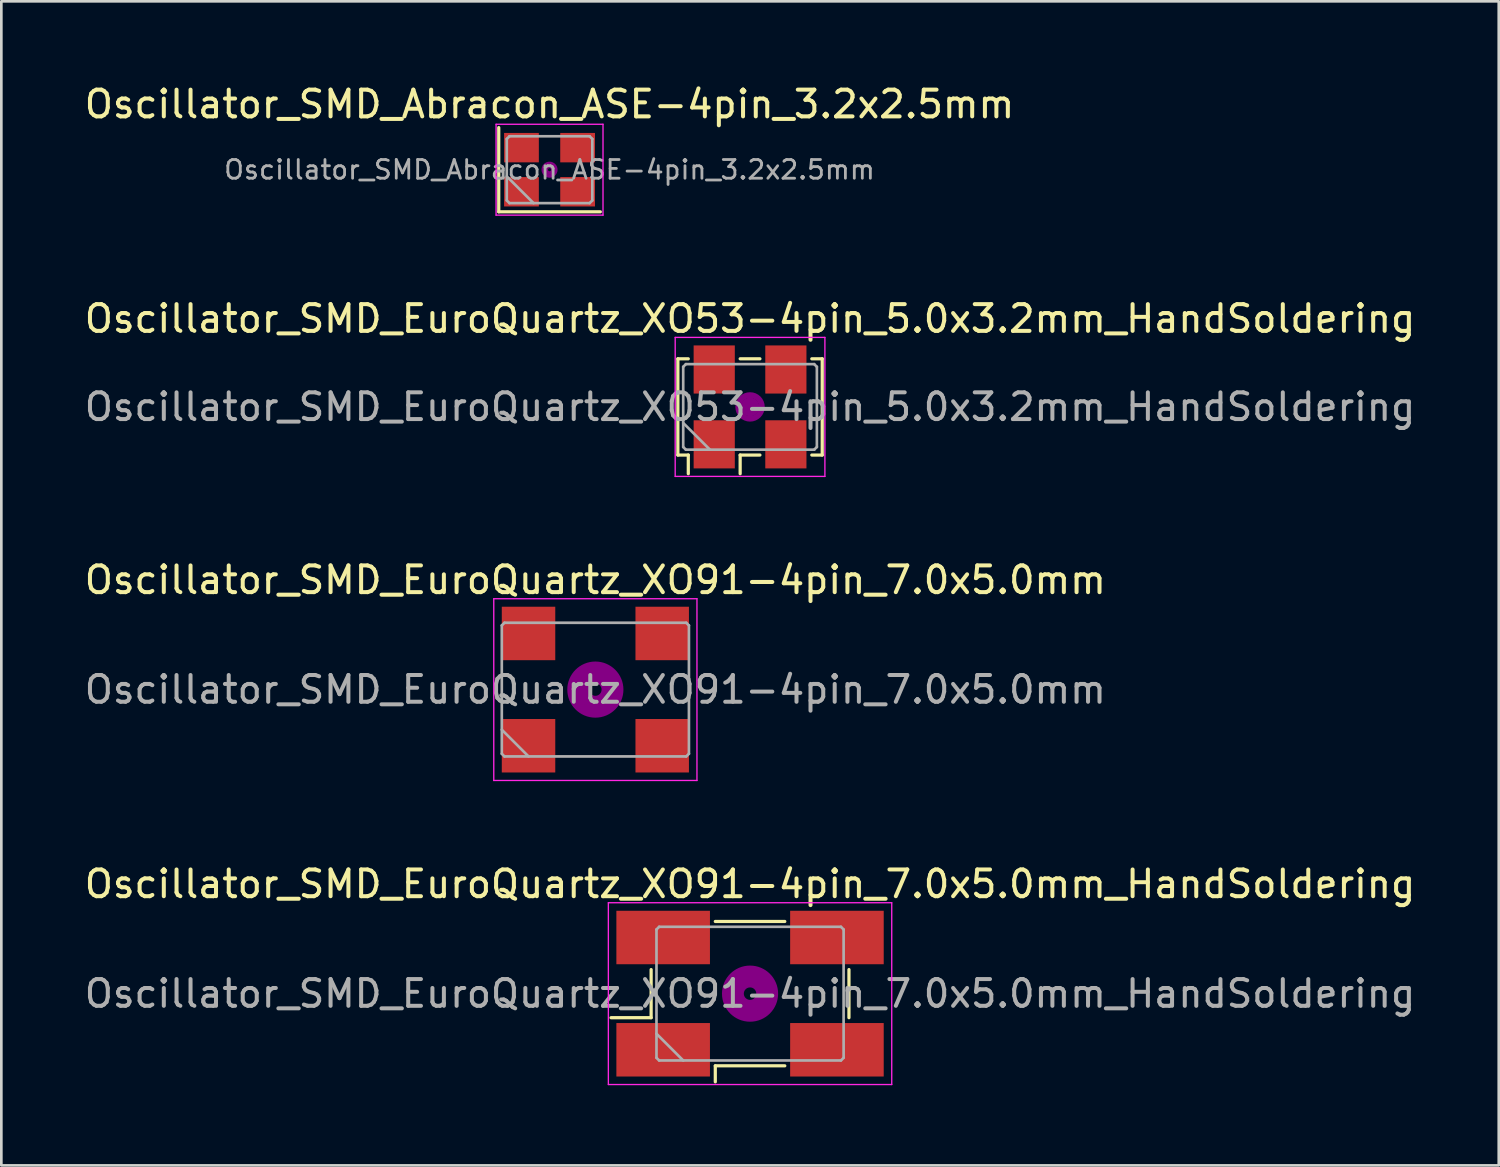
<source format=kicad_pcb>
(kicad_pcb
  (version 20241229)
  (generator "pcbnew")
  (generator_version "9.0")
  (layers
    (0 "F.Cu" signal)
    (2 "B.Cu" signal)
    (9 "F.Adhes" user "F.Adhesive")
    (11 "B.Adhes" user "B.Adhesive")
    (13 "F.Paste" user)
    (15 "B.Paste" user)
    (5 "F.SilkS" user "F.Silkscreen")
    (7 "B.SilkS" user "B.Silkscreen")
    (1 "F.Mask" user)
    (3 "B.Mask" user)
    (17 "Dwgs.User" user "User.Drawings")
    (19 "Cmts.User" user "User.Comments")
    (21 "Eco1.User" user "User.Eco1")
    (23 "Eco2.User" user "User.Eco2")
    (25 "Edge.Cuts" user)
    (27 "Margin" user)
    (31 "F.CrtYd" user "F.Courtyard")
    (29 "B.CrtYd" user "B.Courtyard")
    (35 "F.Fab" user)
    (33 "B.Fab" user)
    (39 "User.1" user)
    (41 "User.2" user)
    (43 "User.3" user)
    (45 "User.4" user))
  (footprint "Oscillator_SMD_Abracon_ASE-4pin_3.2x2.5mm"
    (layer "F.Cu")
    (at 17.506 3.298)
    (property "Reference" "Oscillator_SMD_Abracon_ASE-4pin_3.2x2.5mm" (at 0 -2.45 0) (layer "F.SilkS") (effects (font (size 1 1) (thickness 0.15))))
    (attr smd)
    (fp_line (start -1.9 -1.575) (end -1.9 1.575) (stroke (width 0.12) (type solid)) (layer "F.SilkS"))
    (fp_line (start -1.9 1.575) (end 1.9 1.575) (stroke (width 0.12) (type solid)) (layer "F.SilkS"))
    (fp_circle (center 0 0) (end 0.058 0) (stroke (width 0.117) (type solid)) (fill no) (layer "F.Adhes"))
    (fp_circle (center 0 0) (end 0.133 0) (stroke (width 0.083) (type solid)) (fill no) (layer "F.Adhes"))
    (fp_circle (center 0 0) (end 0.208 0) (stroke (width 0.083) (type solid)) (fill no) (layer "F.Adhes"))
    (fp_circle (center 0 0) (end 0.25 0) (stroke (width 0.1) (type solid)) (fill no) (layer "F.Adhes"))
    (fp_line (start -2 -1.7) (end -2 1.7) (stroke (width 0.05) (type solid)) (layer "F.CrtYd"))
    (fp_line (start -2 1.7) (end 2 1.7) (stroke (width 0.05) (type solid)) (layer "F.CrtYd"))
    (fp_line (start 2 -1.7) (end -2 -1.7) (stroke (width 0.05) (type solid)) (layer "F.CrtYd"))
    (fp_line (start 2 1.7) (end 2 -1.7) (stroke (width 0.05) (type solid)) (layer "F.CrtYd"))
    (fp_line (start -1.6 -1.15) (end -1.5 -1.25) (stroke (width 0.1) (type solid)) (layer "F.Fab"))
    (fp_line (start -1.6 0.25) (end -0.6 1.25) (stroke (width 0.1) (type solid)) (layer "F.Fab"))
    (fp_line (start -1.6 1.15) (end -1.6 -1.15) (stroke (width 0.1) (type solid)) (layer "F.Fab"))
    (fp_line (start -1.5 -1.25) (end 1.5 -1.25) (stroke (width 0.1) (type solid)) (layer "F.Fab"))
    (fp_line (start -1.5 1.25) (end -1.6 1.15) (stroke (width 0.1) (type solid)) (layer "F.Fab"))
    (fp_line (start 1.5 -1.25) (end 1.6 -1.15) (stroke (width 0.1) (type solid)) (layer "F.Fab"))
    (fp_line (start 1.5 1.25) (end -1.5 1.25) (stroke (width 0.1) (type solid)) (layer "F.Fab"))
    (fp_line (start 1.6 -1.15) (end 1.6 1.15) (stroke (width 0.1) (type solid)) (layer "F.Fab"))
    (fp_line (start 1.6 1.15) (end 1.5 1.25) (stroke (width 0.1) (type solid)) (layer "F.Fab"))
    (fp_text user "${REFERENCE}" (at 0 0 0) (layer "F.Fab") (effects (font (size 0.7 0.7) (thickness 0.105))))
    (pad "1" smd rect (at -1.05 0.825) (size 1.3 1.1) (layers "F.Cu" "F.Mask" "F.Paste"))
    (pad "2" smd rect (at 1.05 0.825) (size 1.3 1.1) (layers "F.Cu" "F.Mask" "F.Paste"))
    (pad "3" smd rect (at 1.05 -0.825) (size 1.3 1.1) (layers "F.Cu" "F.Mask" "F.Paste"))
    (pad "4" smd rect (at -1.05 -0.825) (size 1.3 1.1) (layers "F.Cu" "F.Mask" "F.Paste")))
  (footprint "Oscillator_SMD_EuroQuartz_XO91-4pin_7.0x5.0mm"
    (layer "F.Cu")
    (at 19.22 22.745)
    (property "Reference" "Oscillator_SMD_EuroQuartz_XO91-4pin_7.0x5.0mm" (at 0 -4.1 0) (layer "F.SilkS") (effects (font (size 1 1) (thickness 0.15))))
    (attr smd)
    (fp_circle (center 0 0) (end 0.233 0) (stroke (width 0.467) (type solid)) (fill no) (layer "F.Adhes"))
    (fp_circle (center 0 0) (end 0.533 0) (stroke (width 0.333) (type solid)) (fill no) (layer "F.Adhes"))
    (fp_circle (center 0 0) (end 0.833 0) (stroke (width 0.333) (type solid)) (fill no) (layer "F.Adhes"))
    (fp_circle (center 0 0) (end 1 0) (stroke (width 0.1) (type solid)) (fill no) (layer "F.Adhes"))
    (fp_line (start -3.8 -3.4) (end -3.8 3.4) (stroke (width 0.05) (type solid)) (layer "F.CrtYd"))
    (fp_line (start -3.8 3.4) (end 3.8 3.4) (stroke (width 0.05) (type solid)) (layer "F.CrtYd"))
    (fp_line (start 3.8 -3.4) (end -3.8 -3.4) (stroke (width 0.05) (type solid)) (layer "F.CrtYd"))
    (fp_line (start 3.8 3.4) (end 3.8 -3.4) (stroke (width 0.05) (type solid)) (layer "F.CrtYd"))
    (fp_line (start -3.5 -2.4) (end -3.4 -2.5) (stroke (width 0.1) (type solid)) (layer "F.Fab"))
    (fp_line (start -3.5 1.5) (end -2.5 2.5) (stroke (width 0.1) (type solid)) (layer "F.Fab"))
    (fp_line (start -3.5 2.4) (end -3.5 -2.4) (stroke (width 0.1) (type solid)) (layer "F.Fab"))
    (fp_line (start -3.4 -2.5) (end 3.4 -2.5) (stroke (width 0.1) (type solid)) (layer "F.Fab"))
    (fp_line (start -3.4 2.5) (end -3.5 2.4) (stroke (width 0.1) (type solid)) (layer "F.Fab"))
    (fp_line (start 3.4 -2.5) (end 3.5 -2.4) (stroke (width 0.1) (type solid)) (layer "F.Fab"))
    (fp_line (start 3.4 2.5) (end -3.4 2.5) (stroke (width 0.1) (type solid)) (layer "F.Fab"))
    (fp_line (start 3.5 -2.4) (end 3.5 2.4) (stroke (width 0.1) (type solid)) (layer "F.Fab"))
    (fp_line (start 3.5 2.4) (end 3.4 2.5) (stroke (width 0.1) (type solid)) (layer "F.Fab"))
    (fp_text user "${REFERENCE}" (at 0 0 0) (layer "F.Fab") (effects (font (size 1 1) (thickness 0.15))))
    (pad "1" smd rect (at -2.5 2.1) (size 2 2) (layers "F.Cu" "F.Mask" "F.Paste"))
    (pad "2" smd rect (at 2.5 2.1) (size 2 2) (layers "F.Cu" "F.Mask" "F.Paste"))
    (pad "3" smd rect (at 2.5 -2.1) (size 2 2) (layers "F.Cu" "F.Mask" "F.Paste"))
    (pad "4" smd rect (at -2.5 -2.1) (size 2 2) (layers "F.Cu" "F.Mask" "F.Paste")))
  (footprint "Oscillator_SMD_EuroQuartz_XO91-4pin_7.0x5.0mm_HandSoldering"
    (layer "F.Cu")
    (at 25.006 34.118)
    (property "Reference" "Oscillator_SMD_EuroQuartz_XO91-4pin_7.0x5.0mm_HandSoldering" (at 0 -4.1 0) (layer "F.SilkS") (effects (font (size 1 1) (thickness 0.15))))
    (attr smd)
    (fp_line (start -5.2 0.9) (end -3.7 0.9) (stroke (width 0.12) (type solid)) (layer "F.SilkS"))
    (fp_line (start -3.7 0.9) (end -3.7 -0.9) (stroke (width 0.12) (type solid)) (layer "F.SilkS"))
    (fp_line (start -1.3 -2.7) (end 1.3 -2.7) (stroke (width 0.12) (type solid)) (layer "F.SilkS"))
    (fp_line (start -1.3 2.7) (end -1.3 3.3) (stroke (width 0.12) (type solid)) (layer "F.SilkS"))
    (fp_line (start 1.3 2.7) (end -1.3 2.7) (stroke (width 0.12) (type solid)) (layer "F.SilkS"))
    (fp_line (start 3.7 -0.9) (end 3.7 0.9) (stroke (width 0.12) (type solid)) (layer "F.SilkS"))
    (fp_circle (center 0 0) (end 0.233 0) (stroke (width 0.467) (type solid)) (fill no) (layer "F.Adhes"))
    (fp_circle (center 0 0) (end 0.533 0) (stroke (width 0.333) (type solid)) (fill no) (layer "F.Adhes"))
    (fp_circle (center 0 0) (end 0.833 0) (stroke (width 0.333) (type solid)) (fill no) (layer "F.Adhes"))
    (fp_circle (center 0 0) (end 1 0) (stroke (width 0.1) (type solid)) (fill no) (layer "F.Adhes"))
    (fp_line (start -5.3 -3.4) (end -5.3 3.4) (stroke (width 0.05) (type solid)) (layer "F.CrtYd"))
    (fp_line (start -5.3 3.4) (end 5.3 3.4) (stroke (width 0.05) (type solid)) (layer "F.CrtYd"))
    (fp_line (start 5.3 -3.4) (end -5.3 -3.4) (stroke (width 0.05) (type solid)) (layer "F.CrtYd"))
    (fp_line (start 5.3 3.4) (end 5.3 -3.4) (stroke (width 0.05) (type solid)) (layer "F.CrtYd"))
    (fp_line (start -3.5 -2.4) (end -3.4 -2.5) (stroke (width 0.1) (type solid)) (layer "F.Fab"))
    (fp_line (start -3.5 1.5) (end -2.5 2.5) (stroke (width 0.1) (type solid)) (layer "F.Fab"))
    (fp_line (start -3.5 2.4) (end -3.5 -2.4) (stroke (width 0.1) (type solid)) (layer "F.Fab"))
    (fp_line (start -3.4 -2.5) (end 3.4 -2.5) (stroke (width 0.1) (type solid)) (layer "F.Fab"))
    (fp_line (start -3.4 2.5) (end -3.5 2.4) (stroke (width 0.1) (type solid)) (layer "F.Fab"))
    (fp_line (start 3.4 -2.5) (end 3.5 -2.4) (stroke (width 0.1) (type solid)) (layer "F.Fab"))
    (fp_line (start 3.4 2.5) (end -3.4 2.5) (stroke (width 0.1) (type solid)) (layer "F.Fab"))
    (fp_line (start 3.5 -2.4) (end 3.5 2.4) (stroke (width 0.1) (type solid)) (layer "F.Fab"))
    (fp_line (start 3.5 2.4) (end 3.4 2.5) (stroke (width 0.1) (type solid)) (layer "F.Fab"))
    (fp_text user "${REFERENCE}" (at 0 0 0) (layer "F.Fab") (effects (font (size 1 1) (thickness 0.15))))
    (pad "1" smd rect (at -3.25 2.1) (size 3.5 2) (layers "F.Cu" "F.Mask" "F.Paste"))
    (pad "2" smd rect (at 3.25 2.1) (size 3.5 2) (layers "F.Cu" "F.Mask" "F.Paste"))
    (pad "3" smd rect (at 3.25 -2.1) (size 3.5 2) (layers "F.Cu" "F.Mask" "F.Paste"))
    (pad "4" smd rect (at -3.25 -2.1) (size 3.5 2) (layers "F.Cu" "F.Mask" "F.Paste")))
  (footprint "Oscillator_SMD_EuroQuartz_XO53-4pin_5.0x3.2mm_HandSoldering"
    (layer "F.Cu")
    (at 25.006 12.171)
    (property "Reference" "Oscillator_SMD_EuroQuartz_XO53-4pin_5.0x3.2mm_HandSoldering" (at 0 -3.3 0) (layer "F.SilkS") (effects (font (size 1 1) (thickness 0.15))))
    (attr smd)
    (fp_line (start -2.7 -1.8) (end -2.31 -1.8) (stroke (width 0.12) (type solid)) (layer "F.SilkS"))
    (fp_line (start -2.7 1.8) (end -2.7 -1.8) (stroke (width 0.12) (type solid)) (layer "F.SilkS"))
    (fp_line (start -2.31 1.8) (end -2.7 1.8) (stroke (width 0.12) (type solid)) (layer "F.SilkS"))
    (fp_line (start -2.31 2.5) (end -2.31 1.8) (stroke (width 0.12) (type solid)) (layer "F.SilkS"))
    (fp_line (start -0.37 -1.8) (end 0.37 -1.8) (stroke (width 0.12) (type solid)) (layer "F.SilkS"))
    (fp_line (start -0.37 1.8) (end -0.37 2.5) (stroke (width 0.12) (type solid)) (layer "F.SilkS"))
    (fp_line (start 0.37 1.8) (end -0.37 1.8) (stroke (width 0.12) (type solid)) (layer "F.SilkS"))
    (fp_line (start 2.31 -1.8) (end 2.7 -1.8) (stroke (width 0.12) (type solid)) (layer "F.SilkS"))
    (fp_line (start 2.7 -1.8) (end 2.7 1.8) (stroke (width 0.12) (type solid)) (layer "F.SilkS"))
    (fp_line (start 2.7 1.8) (end 2.31 1.8) (stroke (width 0.12) (type solid)) (layer "F.SilkS"))
    (fp_circle (center 0 0) (end 0.117 0) (stroke (width 0.233) (type solid)) (fill no) (layer "F.Adhes"))
    (fp_circle (center 0 0) (end 0.267 0) (stroke (width 0.167) (type solid)) (fill no) (layer "F.Adhes"))
    (fp_circle (center 0 0) (end 0.417 0) (stroke (width 0.167) (type solid)) (fill no) (layer "F.Adhes"))
    (fp_circle (center 0 0) (end 0.5 0) (stroke (width 0.1) (type solid)) (fill no) (layer "F.Adhes"))
    (fp_line (start -2.8 -2.6) (end -2.8 2.6) (stroke (width 0.05) (type solid)) (layer "F.CrtYd"))
    (fp_line (start -2.8 2.6) (end 2.8 2.6) (stroke (width 0.05) (type solid)) (layer "F.CrtYd"))
    (fp_line (start 2.8 -2.6) (end -2.8 -2.6) (stroke (width 0.05) (type solid)) (layer "F.CrtYd"))
    (fp_line (start 2.8 2.6) (end 2.8 -2.6) (stroke (width 0.05) (type solid)) (layer "F.CrtYd"))
    (fp_line (start -2.5 -1.5) (end -2.4 -1.6) (stroke (width 0.1) (type solid)) (layer "F.Fab"))
    (fp_line (start -2.5 0.6) (end -1.5 1.6) (stroke (width 0.1) (type solid)) (layer "F.Fab"))
    (fp_line (start -2.5 1.5) (end -2.5 -1.5) (stroke (width 0.1) (type solid)) (layer "F.Fab"))
    (fp_line (start -2.4 -1.6) (end 2.4 -1.6) (stroke (width 0.1) (type solid)) (layer "F.Fab"))
    (fp_line (start -2.4 1.6) (end -2.5 1.5) (stroke (width 0.1) (type solid)) (layer "F.Fab"))
    (fp_line (start 2.4 -1.6) (end 2.5 -1.5) (stroke (width 0.1) (type solid)) (layer "F.Fab"))
    (fp_line (start 2.4 1.6) (end -2.4 1.6) (stroke (width 0.1) (type solid)) (layer "F.Fab"))
    (fp_line (start 2.5 -1.5) (end 2.5 1.5) (stroke (width 0.1) (type solid)) (layer "F.Fab"))
    (fp_line (start 2.5 1.5) (end 2.4 1.6) (stroke (width 0.1) (type solid)) (layer "F.Fab"))
    (fp_text user "${REFERENCE}" (at 0 0 0) (layer "F.Fab") (effects (font (size 1 1) (thickness 0.15))))
    (pad "1" smd rect (at -1.34 1.4) (size 1.54 1.8) (layers "F.Cu" "F.Mask" "F.Paste"))
    (pad "2" smd rect (at 1.34 1.4) (size 1.54 1.8) (layers "F.Cu" "F.Mask" "F.Paste"))
    (pad "3" smd rect (at 1.34 -1.4) (size 1.54 1.8) (layers "F.Cu" "F.Mask" "F.Paste"))
    (pad "4" smd rect (at -1.34 -1.4) (size 1.54 1.8) (layers "F.Cu" "F.Mask" "F.Paste")))
  (gr_rect
    (start -3 -3)
    (end 53.012 40.543)
    (stroke (width 0.1) (type default))
    (fill no)
    (layer "Edge.Cuts")))
</source>
